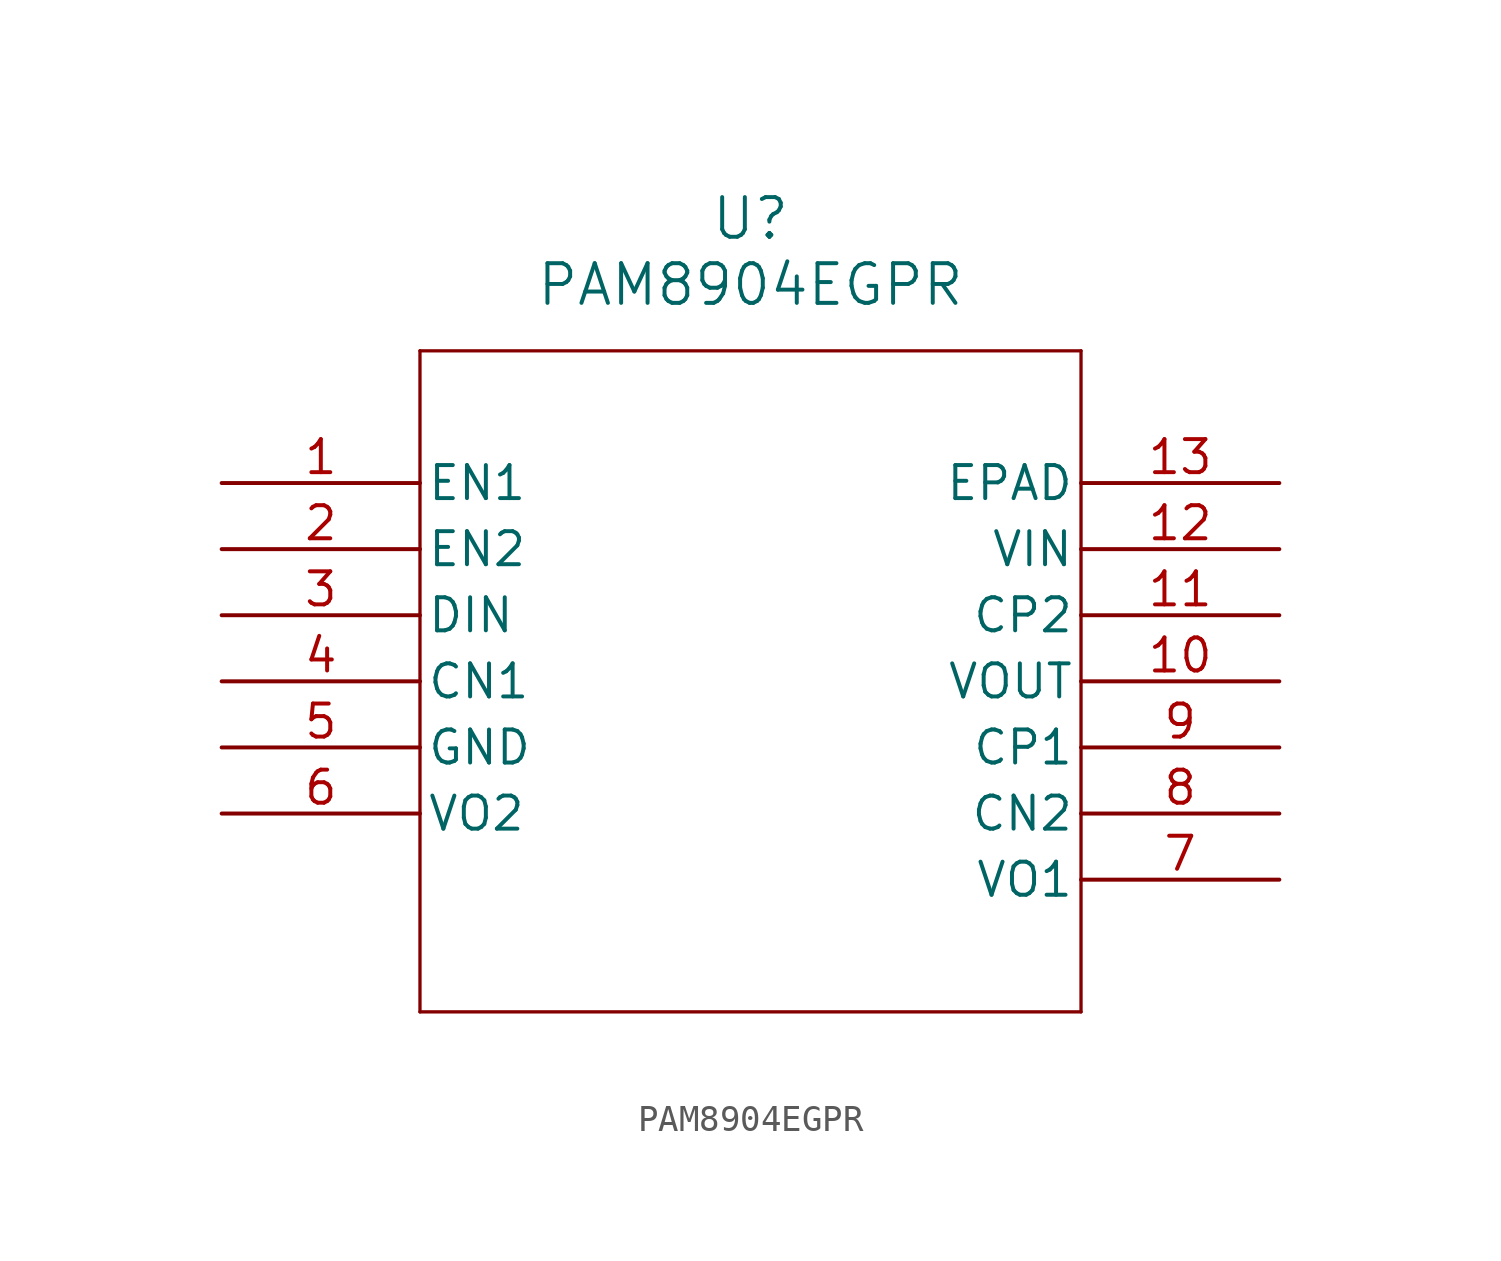
<source format=kicad_sym>
(kicad_symbol_lib
  (version 20211014)
  (generator kicad_symbol_editor)
  (symbol "PAM8904EGPR"
    (pin_names
      (offset 0.254))
    (property "Reference" "U"
      (at 20.32 10.16 0)
      (effects (font (size 1.524 1.524))))
    (property "Value" "PAM8904EGPR"
      (at 20.32 7.62 0)
      (effects (font (size 1.524 1.524))))
    (symbol "PAM8904EGPR_0_1"
      (polyline (pts (xy 7.62 5.08) (xy 7.62 -20.32)) (stroke (width 0.127) (type default) (color 0 0 0 0)) (fill (type none)))
      (polyline (pts (xy 7.62 -20.32) (xy 33.02 -20.32)) (stroke (width 0.127) (type default) (color 0 0 0 0)) (fill (type none)))
      (polyline (pts (xy 33.02 -20.32) (xy 33.02 5.08)) (stroke (width 0.127) (type default) (color 0 0 0 0)) (fill (type none)))
      (polyline (pts (xy 33.02 5.08) (xy 7.62 5.08)) (stroke (width 0.127) (type default) (color 0 0 0 0)) (fill (type none)))
      (pin bidirectional line (at 0 0 0) (length 7.62) (name "EN1" (effects (font (size 1.27 1.27)))) (number "1" (effects (font (size 1.27 1.27)))))
      (pin bidirectional line (at 0 -2.54 0) (length 7.62) (name "EN2" (effects (font (size 1.27 1.27)))) (number "2" (effects (font (size 1.27 1.27)))))
      (pin unspecified line (at 0 -5.08 0) (length 7.62) (name "DIN" (effects (font (size 1.27 1.27)))) (number "3" (effects (font (size 1.27 1.27)))))
      (pin bidirectional line (at 0 -7.62 0) (length 7.62) (name "CN1" (effects (font (size 1.27 1.27)))) (number "4" (effects (font (size 1.27 1.27)))))
      (pin power_out line (at 0 -10.16 0) (length 7.62) (name "GND" (effects (font (size 1.27 1.27)))) (number "5" (effects (font (size 1.27 1.27)))))
      (pin bidirectional line (at 0 -12.7 0) (length 7.62) (name "VO2" (effects (font (size 1.27 1.27)))) (number "6" (effects (font (size 1.27 1.27)))))
      (pin bidirectional line (at 40.64 -15.24 180) (length 7.62) (name "VO1" (effects (font (size 1.27 1.27)))) (number "7" (effects (font (size 1.27 1.27)))))
      (pin bidirectional line (at 40.64 -12.7 180) (length 7.62) (name "CN2" (effects (font (size 1.27 1.27)))) (number "8" (effects (font (size 1.27 1.27)))))
      (pin bidirectional line (at 40.64 -10.16 180) (length 7.62) (name "CP1" (effects (font (size 1.27 1.27)))) (number "9" (effects (font (size 1.27 1.27)))))
      (pin output line (at 40.64 -7.62 180) (length 7.62) (name "VOUT" (effects (font (size 1.27 1.27)))) (number "10" (effects (font (size 1.27 1.27)))))
      (pin bidirectional line (at 40.64 -5.08 180) (length 7.62) (name "CP2" (effects (font (size 1.27 1.27)))) (number "11" (effects (font (size 1.27 1.27)))))
      (pin unspecified line (at 40.64 -2.54 180) (length 7.62) (name "VIN" (effects (font (size 1.27 1.27)))) (number "12" (effects (font (size 1.27 1.27)))))
      (pin unspecified line (at 40.64 0 180) (length 7.62) (name "EPAD" (effects (font (size 1.27 1.27)))) (number "13" (effects (font (size 1.27 1.27))))))))
</source>
